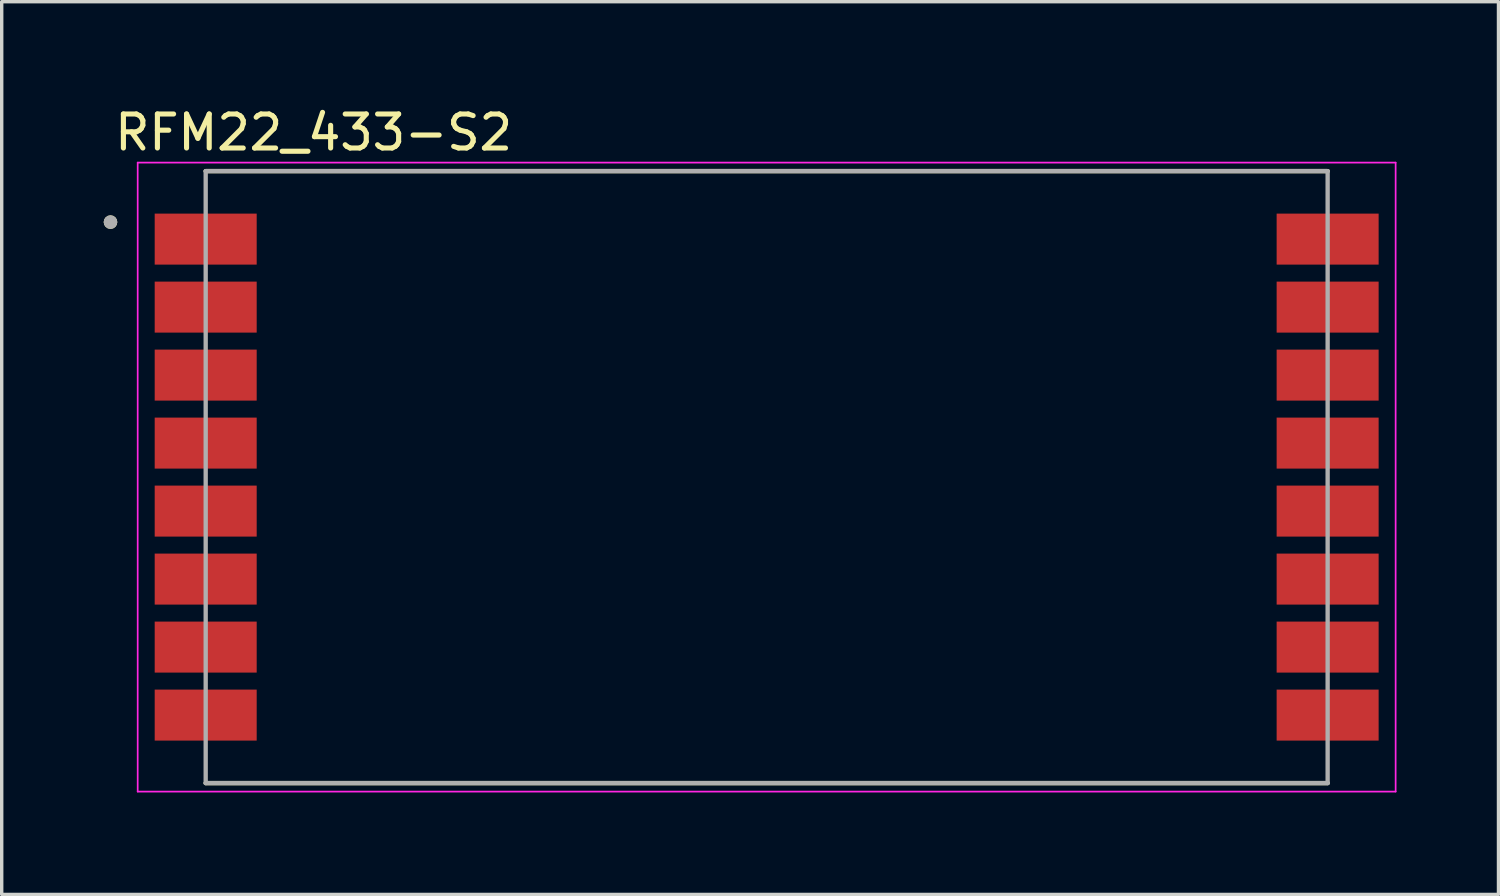
<source format=kicad_pcb>
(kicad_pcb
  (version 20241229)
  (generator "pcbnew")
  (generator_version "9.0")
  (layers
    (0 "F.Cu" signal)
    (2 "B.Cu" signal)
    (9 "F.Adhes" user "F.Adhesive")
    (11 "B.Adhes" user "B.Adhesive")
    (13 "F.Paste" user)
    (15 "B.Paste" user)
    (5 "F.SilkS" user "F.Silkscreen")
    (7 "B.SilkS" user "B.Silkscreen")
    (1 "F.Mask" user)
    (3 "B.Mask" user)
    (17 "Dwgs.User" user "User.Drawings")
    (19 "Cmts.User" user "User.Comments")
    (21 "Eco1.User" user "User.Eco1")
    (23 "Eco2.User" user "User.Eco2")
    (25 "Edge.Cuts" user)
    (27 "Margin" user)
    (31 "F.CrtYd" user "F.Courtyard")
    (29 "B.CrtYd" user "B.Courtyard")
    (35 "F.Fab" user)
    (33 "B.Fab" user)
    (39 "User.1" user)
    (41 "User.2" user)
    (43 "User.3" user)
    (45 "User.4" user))
  (footprint "RFM22_433-S2"
    (layer "F.Cu")
    (at 19.5 10.983)
    (property "Reference" "RFM22_433-S2" (at -13.325 -10.135 0) (layer "F.SilkS") (effects (font (size 1 1) (thickness 0.15))))
    (attr smd)
    (fp_line (start -16.5 -9) (end 16.5 -9) (stroke (width 0.127) (type solid)) (layer "F.SilkS"))
    (fp_line (start 16.5 9) (end -16.5 9) (stroke (width 0.127) (type solid)) (layer "F.SilkS"))
    (fp_circle (center -19.3 -7.5) (end -19.2 -7.5) (stroke (width 0.2) (type solid)) (fill no) (layer "F.SilkS"))
    (fp_line (start -18.5 -9.25) (end 18.5 -9.25) (stroke (width 0.05) (type solid)) (layer "F.CrtYd"))
    (fp_line (start -18.5 9.25) (end -18.5 -9.25) (stroke (width 0.05) (type solid)) (layer "F.CrtYd"))
    (fp_line (start 18.5 -9.25) (end 18.5 9.25) (stroke (width 0.05) (type solid)) (layer "F.CrtYd"))
    (fp_line (start 18.5 9.25) (end -18.5 9.25) (stroke (width 0.05) (type solid)) (layer "F.CrtYd"))
    (fp_line (start -16.5 -9) (end 16.5 -9) (stroke (width 0.127) (type solid)) (layer "F.Fab"))
    (fp_line (start -16.5 9) (end -16.5 -9) (stroke (width 0.127) (type solid)) (layer "F.Fab"))
    (fp_line (start 16.5 -9) (end 16.5 9) (stroke (width 0.127) (type solid)) (layer "F.Fab"))
    (fp_line (start 16.5 9) (end -16.5 9) (stroke (width 0.127) (type solid)) (layer "F.Fab"))
    (fp_circle (center -19.3 -7.5) (end -19.2 -7.5) (stroke (width 0.2) (type solid)) (fill no) (layer "F.Fab"))
    (pad "1" smd rect (at -16.5 -7) (size 3 1.5) (layers "F.Cu" "F.Mask" "F.Paste"))
    (pad "2" smd rect (at -16.5 -5) (size 3 1.5) (layers "F.Cu" "F.Mask" "F.Paste"))
    (pad "3" smd rect (at -16.5 -3) (size 3 1.5) (layers "F.Cu" "F.Mask" "F.Paste"))
    (pad "4" smd rect (at -16.5 -1) (size 3 1.5) (layers "F.Cu" "F.Mask" "F.Paste"))
    (pad "5" smd rect (at -16.5 1) (size 3 1.5) (layers "F.Cu" "F.Mask" "F.Paste"))
    (pad "6" smd rect (at -16.5 3) (size 3 1.5) (layers "F.Cu" "F.Mask" "F.Paste"))
    (pad "7" smd rect (at -16.5 5) (size 3 1.5) (layers "F.Cu" "F.Mask" "F.Paste"))
    (pad "8" smd rect (at -16.5 7) (size 3 1.5) (layers "F.Cu" "F.Mask" "F.Paste"))
    (pad "9" smd rect (at 16.5 7) (size 3 1.5) (layers "F.Cu" "F.Mask" "F.Paste"))
    (pad "10" smd rect (at 16.5 5) (size 3 1.5) (layers "F.Cu" "F.Mask" "F.Paste"))
    (pad "11" smd rect (at 16.5 3) (size 3 1.5) (layers "F.Cu" "F.Mask" "F.Paste"))
    (pad "12" smd rect (at 16.5 1) (size 3 1.5) (layers "F.Cu" "F.Mask" "F.Paste"))
    (pad "13" smd rect (at 16.5 -1) (size 3 1.5) (layers "F.Cu" "F.Mask" "F.Paste"))
    (pad "14" smd rect (at 16.5 -3) (size 3 1.5) (layers "F.Cu" "F.Mask" "F.Paste"))
    (pad "15" smd rect (at 16.5 -5) (size 3 1.5) (layers "F.Cu" "F.Mask" "F.Paste"))
    (pad "16" smd rect (at 16.5 -7) (size 3 1.5) (layers "F.Cu" "F.Mask" "F.Paste")))
  (gr_rect
    (start -3 -3)
    (end 41.025 23.258)
    (stroke (width 0.1) (type default))
    (fill no)
    (layer "Edge.Cuts")))
</source>
